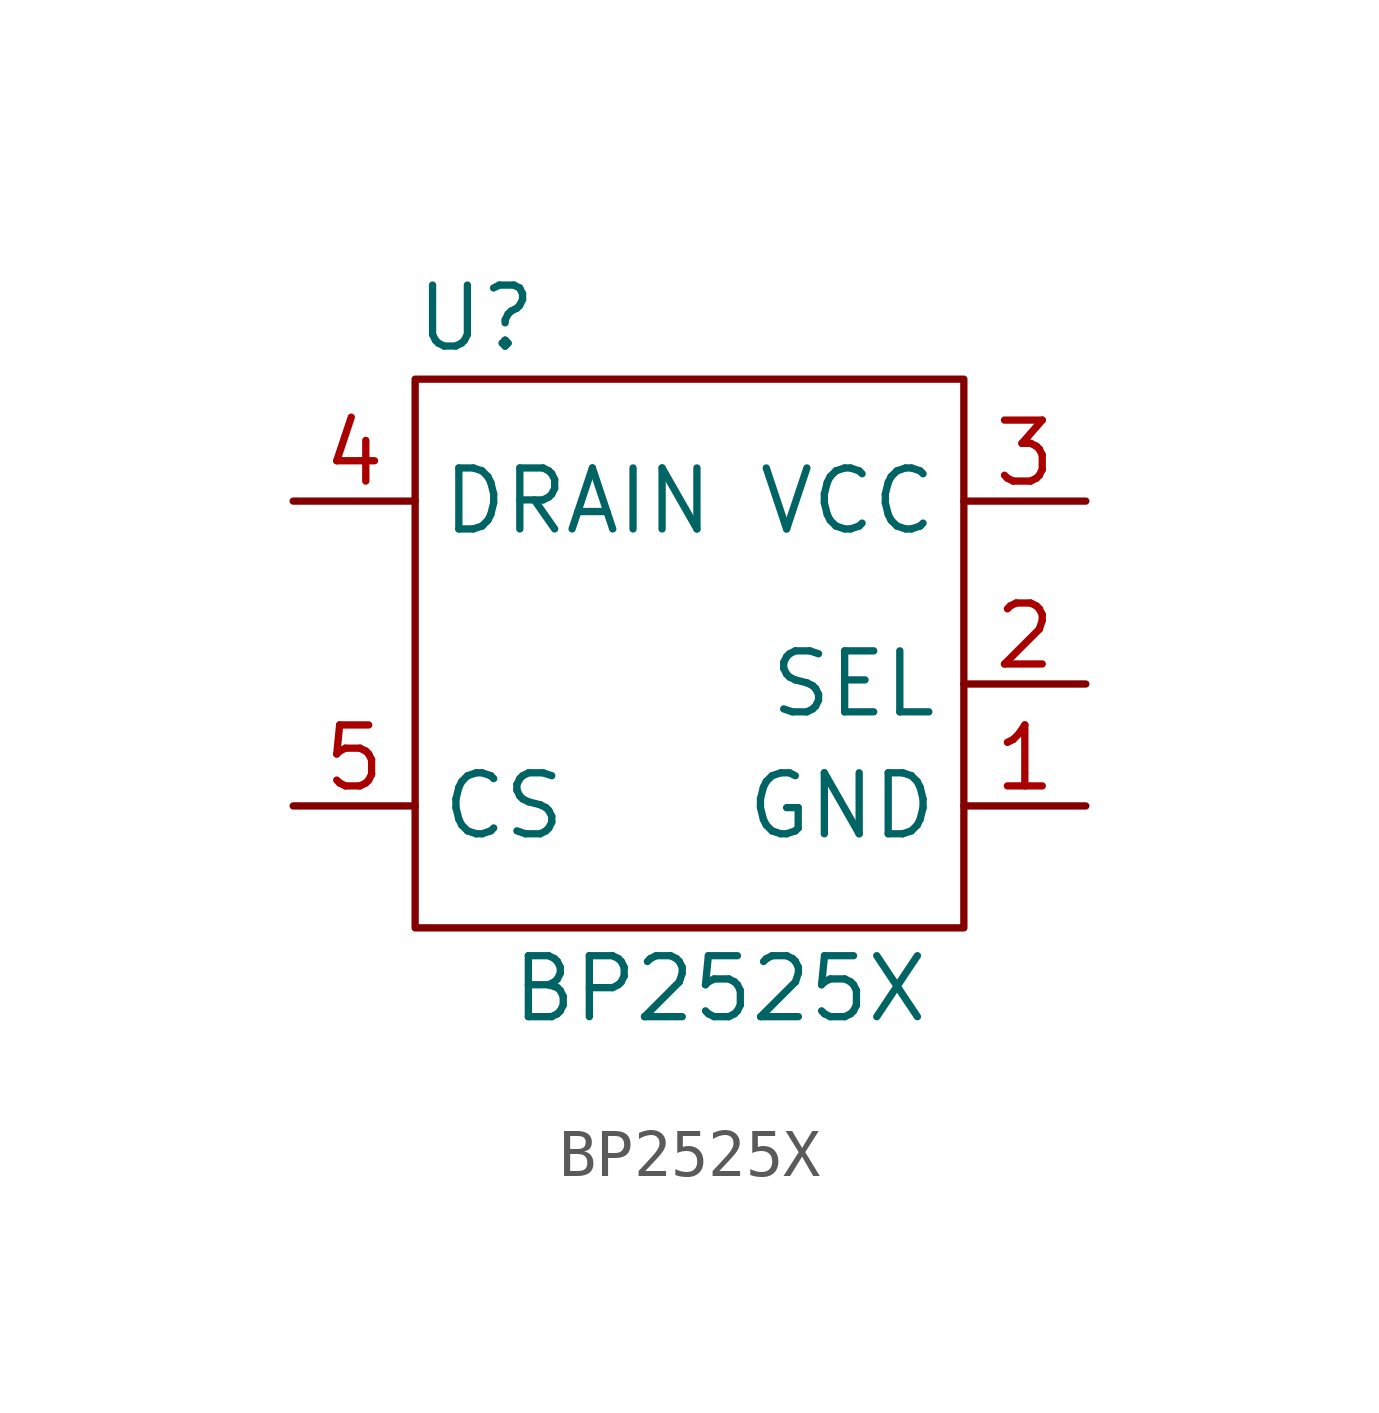
<source format=kicad_sym>
(kicad_symbol_lib
  (version 20220914)
  (generator kicad_symbol_editor)
  (symbol "BP2525X"
    (property "Reference" "U"
      (at 1.27 1.27 0)
      (effects (font (size 1.27 1.27))))
    (property "Value" "BP2525X"
      (at 6.35 -12.7 0)
      (effects (font (size 1.27 1.27))))
    (symbol "BP2525X_0_1"
      (rectangle (start 0 0) (end 11.43 -11.43) (stroke (width 0) (type default)) (fill (type none))))
    (symbol "BP2525X_1_1"
      (pin power_in line (at 13.97 -8.89 180) (length 2.54) (name "GND" (effects (font (size 1.27 1.27)))) (number "1" (effects (font (size 1.27 1.27)))))
      (pin input line (at 13.97 -6.35 180) (length 2.54) (name "SEL" (effects (font (size 1.27 1.27)))) (number "2" (effects (font (size 1.27 1.27)))))
      (pin power_in line (at 13.97 -2.54 180) (length 2.54) (name "VCC" (effects (font (size 1.27 1.27)))) (number "3" (effects (font (size 1.27 1.27)))))
      (pin power_in line (at -2.54 -2.54 0) (length 2.54) (name "DRAIN" (effects (font (size 1.27 1.27)))) (number "4" (effects (font (size 1.27 1.27)))))
      (pin input line (at -2.54 -8.89 0) (length 2.54) (name "CS" (effects (font (size 1.27 1.27)))) (number "5" (effects (font (size 1.27 1.27))))))))
</source>
